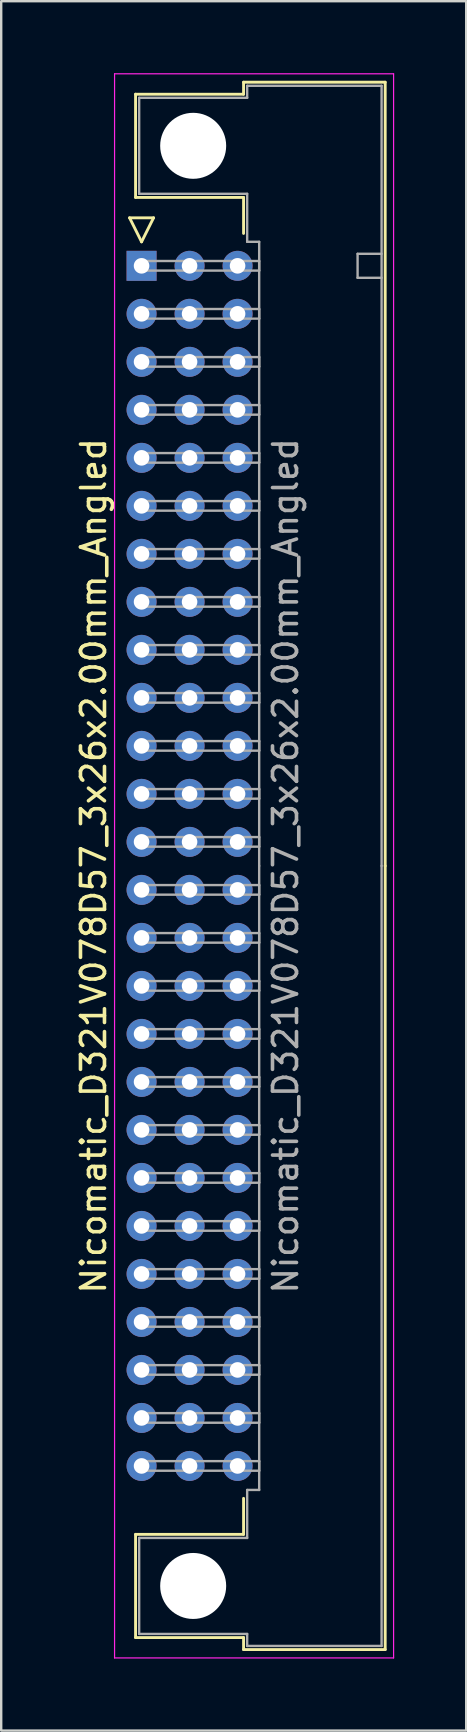
<source format=kicad_pcb>
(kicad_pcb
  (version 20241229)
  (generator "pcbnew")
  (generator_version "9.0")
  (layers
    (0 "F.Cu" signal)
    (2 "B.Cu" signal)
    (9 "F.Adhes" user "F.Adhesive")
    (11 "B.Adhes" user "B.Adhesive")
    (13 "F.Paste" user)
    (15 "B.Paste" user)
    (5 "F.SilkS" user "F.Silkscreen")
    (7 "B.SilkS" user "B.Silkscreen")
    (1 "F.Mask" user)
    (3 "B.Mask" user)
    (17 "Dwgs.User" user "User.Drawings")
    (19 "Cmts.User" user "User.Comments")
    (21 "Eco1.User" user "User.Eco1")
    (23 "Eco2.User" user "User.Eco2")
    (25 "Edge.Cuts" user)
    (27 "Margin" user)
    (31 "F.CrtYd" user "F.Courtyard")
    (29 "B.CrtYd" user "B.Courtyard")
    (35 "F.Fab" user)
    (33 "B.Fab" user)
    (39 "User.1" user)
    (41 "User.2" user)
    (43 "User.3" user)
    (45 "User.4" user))
  (footprint "Nicomatic_D321V078D57_3x26x2.00mm_Angled"
    (layer "F.Cu")
    (at 2.848 8.025)
    (property "Reference" "Nicomatic_D321V078D57_3x26x2.00mm_Angled" (at -2 25 90) (layer "F.SilkS") (effects (font (size 1 1) (thickness 0.15))))
    (attr through_hole)
    (fp_line (start -0.5 -2) (end 0 -1) (stroke (width 0.12) (type solid)) (layer "F.SilkS"))
    (fp_line (start -0.25 -7.15) (end -0.25 -2.85) (stroke (width 0.12) (type solid)) (layer "F.SilkS"))
    (fp_line (start -0.25 -2.85) (end 4.25 -2.85) (stroke (width 0.12) (type solid)) (layer "F.SilkS"))
    (fp_line (start -0.25 52.85) (end 4.25 52.85) (stroke (width 0.12) (type solid)) (layer "F.SilkS"))
    (fp_line (start -0.25 57.15) (end -0.25 52.85) (stroke (width 0.12) (type solid)) (layer "F.SilkS"))
    (fp_line (start 0 -1) (end 0.5 -2) (stroke (width 0.12) (type solid)) (layer "F.SilkS"))
    (fp_line (start 0.5 -2) (end -0.5 -2) (stroke (width 0.12) (type solid)) (layer "F.SilkS"))
    (fp_line (start 4.25 -7.65) (end 4.25 -7.15) (stroke (width 0.12) (type solid)) (layer "F.SilkS"))
    (fp_line (start 4.25 -7.15) (end -0.25 -7.15) (stroke (width 0.12) (type solid)) (layer "F.SilkS"))
    (fp_line (start 4.25 -2.85) (end 4.25 -1.35) (stroke (width 0.12) (type solid)) (layer "F.SilkS"))
    (fp_line (start 4.25 52.85) (end 4.25 51.35) (stroke (width 0.12) (type solid)) (layer "F.SilkS"))
    (fp_line (start 4.25 57.15) (end -0.25 57.15) (stroke (width 0.12) (type solid)) (layer "F.SilkS"))
    (fp_line (start 4.25 57.65) (end 4.25 57.15) (stroke (width 0.12) (type solid)) (layer "F.SilkS"))
    (fp_line (start 10.15 -7.65) (end 4.25 -7.65) (stroke (width 0.12) (type solid)) (layer "F.SilkS"))
    (fp_line (start 10.15 25) (end 10.15 -7.65) (stroke (width 0.12) (type solid)) (layer "F.SilkS"))
    (fp_line (start 10.15 25) (end 10.15 57.65) (stroke (width 0.12) (type solid)) (layer "F.SilkS"))
    (fp_line (start 10.15 57.65) (end 4.25 57.65) (stroke (width 0.12) (type solid)) (layer "F.SilkS"))
    (fp_line (start -1.125 -8) (end -1.125 58) (stroke (width 0.05) (type solid)) (layer "F.CrtYd"))
    (fp_line (start -1.125 58) (end 10.5 58) (stroke (width 0.05) (type solid)) (layer "F.CrtYd"))
    (fp_line (start 10.5 -8) (end -1.125 -8) (stroke (width 0.05) (type solid)) (layer "F.CrtYd"))
    (fp_line (start 10.5 58) (end 10.5 -8) (stroke (width 0.05) (type solid)) (layer "F.CrtYd"))
    (fp_line (start -0.1 -7) (end -0.1 -3) (stroke (width 0.1) (type solid)) (layer "F.Fab"))
    (fp_line (start -0.1 -3) (end 4.4 -3) (stroke (width 0.1) (type solid)) (layer "F.Fab"))
    (fp_line (start -0.1 53) (end 4.4 53) (stroke (width 0.1) (type solid)) (layer "F.Fab"))
    (fp_line (start -0.1 57) (end -0.1 53) (stroke (width 0.1) (type solid)) (layer "F.Fab"))
    (fp_line (start 0 -0.2) (end 0 0.2) (stroke (width 0.1) (type solid)) (layer "F.Fab"))
    (fp_line (start 0 0.2) (end 4.9 0.2) (stroke (width 0.1) (type solid)) (layer "F.Fab"))
    (fp_line (start 0 1.8) (end 0 2.2) (stroke (width 0.1) (type solid)) (layer "F.Fab"))
    (fp_line (start 0 2.2) (end 4.9 2.2) (stroke (width 0.1) (type solid)) (layer "F.Fab"))
    (fp_line (start 0 3.8) (end 0 4.2) (stroke (width 0.1) (type solid)) (layer "F.Fab"))
    (fp_line (start 0 4.2) (end 4.9 4.2) (stroke (width 0.1) (type solid)) (layer "F.Fab"))
    (fp_line (start 0 5.8) (end 0 6.2) (stroke (width 0.1) (type solid)) (layer "F.Fab"))
    (fp_line (start 0 6.2) (end 4.9 6.2) (stroke (width 0.1) (type solid)) (layer "F.Fab"))
    (fp_line (start 0 7.8) (end 0 8.2) (stroke (width 0.1) (type solid)) (layer "F.Fab"))
    (fp_line (start 0 8.2) (end 4.9 8.2) (stroke (width 0.1) (type solid)) (layer "F.Fab"))
    (fp_line (start 0 9.8) (end 0 10.2) (stroke (width 0.1) (type solid)) (layer "F.Fab"))
    (fp_line (start 0 10.2) (end 4.9 10.2) (stroke (width 0.1) (type solid)) (layer "F.Fab"))
    (fp_line (start 0 11.8) (end 0 12.2) (stroke (width 0.1) (type solid)) (layer "F.Fab"))
    (fp_line (start 0 12.2) (end 4.9 12.2) (stroke (width 0.1) (type solid)) (layer "F.Fab"))
    (fp_line (start 0 13.8) (end 0 14.2) (stroke (width 0.1) (type solid)) (layer "F.Fab"))
    (fp_line (start 0 14.2) (end 4.9 14.2) (stroke (width 0.1) (type solid)) (layer "F.Fab"))
    (fp_line (start 0 15.8) (end 0 16.2) (stroke (width 0.1) (type solid)) (layer "F.Fab"))
    (fp_line (start 0 16.2) (end 4.9 16.2) (stroke (width 0.1) (type solid)) (layer "F.Fab"))
    (fp_line (start 0 17.8) (end 0 18.2) (stroke (width 0.1) (type solid)) (layer "F.Fab"))
    (fp_line (start 0 18.2) (end 4.9 18.2) (stroke (width 0.1) (type solid)) (layer "F.Fab"))
    (fp_line (start 0 19.8) (end 0 20.2) (stroke (width 0.1) (type solid)) (layer "F.Fab"))
    (fp_line (start 0 20.2) (end 4.9 20.2) (stroke (width 0.1) (type solid)) (layer "F.Fab"))
    (fp_line (start 0 21.8) (end 0 22.2) (stroke (width 0.1) (type solid)) (layer "F.Fab"))
    (fp_line (start 0 22.2) (end 4.9 22.2) (stroke (width 0.1) (type solid)) (layer "F.Fab"))
    (fp_line (start 0 23.8) (end 0 24.2) (stroke (width 0.1) (type solid)) (layer "F.Fab"))
    (fp_line (start 0 24.2) (end 4.9 24.2) (stroke (width 0.1) (type solid)) (layer "F.Fab"))
    (fp_line (start 0 25.8) (end 0 26.2) (stroke (width 0.1) (type solid)) (layer "F.Fab"))
    (fp_line (start 0 26.2) (end 4.9 26.2) (stroke (width 0.1) (type solid)) (layer "F.Fab"))
    (fp_line (start 0 27.8) (end 0 28.2) (stroke (width 0.1) (type solid)) (layer "F.Fab"))
    (fp_line (start 0 28.2) (end 4.9 28.2) (stroke (width 0.1) (type solid)) (layer "F.Fab"))
    (fp_line (start 0 29.8) (end 0 30.2) (stroke (width 0.1) (type solid)) (layer "F.Fab"))
    (fp_line (start 0 30.2) (end 4.9 30.2) (stroke (width 0.1) (type solid)) (layer "F.Fab"))
    (fp_line (start 0 31.8) (end 0 32.2) (stroke (width 0.1) (type solid)) (layer "F.Fab"))
    (fp_line (start 0 32.2) (end 4.9 32.2) (stroke (width 0.1) (type solid)) (layer "F.Fab"))
    (fp_line (start 0 33.8) (end 0 34.2) (stroke (width 0.1) (type solid)) (layer "F.Fab"))
    (fp_line (start 0 34.2) (end 4.9 34.2) (stroke (width 0.1) (type solid)) (layer "F.Fab"))
    (fp_line (start 0 35.8) (end 0 36.2) (stroke (width 0.1) (type solid)) (layer "F.Fab"))
    (fp_line (start 0 36.2) (end 4.9 36.2) (stroke (width 0.1) (type solid)) (layer "F.Fab"))
    (fp_line (start 0 37.8) (end 0 38.2) (stroke (width 0.1) (type solid)) (layer "F.Fab"))
    (fp_line (start 0 38.2) (end 4.9 38.2) (stroke (width 0.1) (type solid)) (layer "F.Fab"))
    (fp_line (start 0 39.8) (end 0 40.2) (stroke (width 0.1) (type solid)) (layer "F.Fab"))
    (fp_line (start 0 40.2) (end 4.9 40.2) (stroke (width 0.1) (type solid)) (layer "F.Fab"))
    (fp_line (start 0 41.8) (end 0 42.2) (stroke (width 0.1) (type solid)) (layer "F.Fab"))
    (fp_line (start 0 42.2) (end 4.9 42.2) (stroke (width 0.1) (type solid)) (layer "F.Fab"))
    (fp_line (start 0 43.8) (end 0 44.2) (stroke (width 0.1) (type solid)) (layer "F.Fab"))
    (fp_line (start 0 44.2) (end 4.9 44.2) (stroke (width 0.1) (type solid)) (layer "F.Fab"))
    (fp_line (start 0 45.8) (end 0 46.2) (stroke (width 0.1) (type solid)) (layer "F.Fab"))
    (fp_line (start 0 46.2) (end 4.9 46.2) (stroke (width 0.1) (type solid)) (layer "F.Fab"))
    (fp_line (start 0 47.8) (end 0 48.2) (stroke (width 0.1) (type solid)) (layer "F.Fab"))
    (fp_line (start 0 48.2) (end 4.9 48.2) (stroke (width 0.1) (type solid)) (layer "F.Fab"))
    (fp_line (start 0 49.8) (end 0 50.2) (stroke (width 0.1) (type solid)) (layer "F.Fab"))
    (fp_line (start 0 50.2) (end 4.9 50.2) (stroke (width 0.1) (type solid)) (layer "F.Fab"))
    (fp_line (start 4.4 -7.5) (end 4.4 -7) (stroke (width 0.1) (type solid)) (layer "F.Fab"))
    (fp_line (start 4.4 -7) (end -0.1 -7) (stroke (width 0.1) (type solid)) (layer "F.Fab"))
    (fp_line (start 4.4 -3) (end 4.4 -1) (stroke (width 0.1) (type solid)) (layer "F.Fab"))
    (fp_line (start 4.4 -1) (end 4.9 -1) (stroke (width 0.1) (type solid)) (layer "F.Fab"))
    (fp_line (start 4.4 51) (end 4.9 51) (stroke (width 0.1) (type solid)) (layer "F.Fab"))
    (fp_line (start 4.4 53) (end 4.4 51) (stroke (width 0.1) (type solid)) (layer "F.Fab"))
    (fp_line (start 4.4 57) (end -0.1 57) (stroke (width 0.1) (type solid)) (layer "F.Fab"))
    (fp_line (start 4.4 57.5) (end 4.4 57) (stroke (width 0.1) (type solid)) (layer "F.Fab"))
    (fp_line (start 4.9 -1) (end 4.9 25) (stroke (width 0.1) (type solid)) (layer "F.Fab"))
    (fp_line (start 4.9 -0.2) (end 0 -0.2) (stroke (width 0.1) (type solid)) (layer "F.Fab"))
    (fp_line (start 4.9 0.2) (end 4.9 -0.2) (stroke (width 0.1) (type solid)) (layer "F.Fab"))
    (fp_line (start 4.9 1.8) (end 0 1.8) (stroke (width 0.1) (type solid)) (layer "F.Fab"))
    (fp_line (start 4.9 2.2) (end 4.9 1.8) (stroke (width 0.1) (type solid)) (layer "F.Fab"))
    (fp_line (start 4.9 3.8) (end 0 3.8) (stroke (width 0.1) (type solid)) (layer "F.Fab"))
    (fp_line (start 4.9 4.2) (end 4.9 3.8) (stroke (width 0.1) (type solid)) (layer "F.Fab"))
    (fp_line (start 4.9 5.8) (end 0 5.8) (stroke (width 0.1) (type solid)) (layer "F.Fab"))
    (fp_line (start 4.9 6.2) (end 4.9 5.8) (stroke (width 0.1) (type solid)) (layer "F.Fab"))
    (fp_line (start 4.9 7.8) (end 0 7.8) (stroke (width 0.1) (type solid)) (layer "F.Fab"))
    (fp_line (start 4.9 8.2) (end 4.9 7.8) (stroke (width 0.1) (type solid)) (layer "F.Fab"))
    (fp_line (start 4.9 9.8) (end 0 9.8) (stroke (width 0.1) (type solid)) (layer "F.Fab"))
    (fp_line (start 4.9 10.2) (end 4.9 9.8) (stroke (width 0.1) (type solid)) (layer "F.Fab"))
    (fp_line (start 4.9 11.8) (end 0 11.8) (stroke (width 0.1) (type solid)) (layer "F.Fab"))
    (fp_line (start 4.9 12.2) (end 4.9 11.8) (stroke (width 0.1) (type solid)) (layer "F.Fab"))
    (fp_line (start 4.9 13.8) (end 0 13.8) (stroke (width 0.1) (type solid)) (layer "F.Fab"))
    (fp_line (start 4.9 14.2) (end 4.9 13.8) (stroke (width 0.1) (type solid)) (layer "F.Fab"))
    (fp_line (start 4.9 15.8) (end 0 15.8) (stroke (width 0.1) (type solid)) (layer "F.Fab"))
    (fp_line (start 4.9 16.2) (end 4.9 15.8) (stroke (width 0.1) (type solid)) (layer "F.Fab"))
    (fp_line (start 4.9 17.8) (end 0 17.8) (stroke (width 0.1) (type solid)) (layer "F.Fab"))
    (fp_line (start 4.9 18.2) (end 4.9 17.8) (stroke (width 0.1) (type solid)) (layer "F.Fab"))
    (fp_line (start 4.9 19.8) (end 0 19.8) (stroke (width 0.1) (type solid)) (layer "F.Fab"))
    (fp_line (start 4.9 20.2) (end 4.9 19.8) (stroke (width 0.1) (type solid)) (layer "F.Fab"))
    (fp_line (start 4.9 21.8) (end 0 21.8) (stroke (width 0.1) (type solid)) (layer "F.Fab"))
    (fp_line (start 4.9 22.2) (end 4.9 21.8) (stroke (width 0.1) (type solid)) (layer "F.Fab"))
    (fp_line (start 4.9 23.8) (end 0 23.8) (stroke (width 0.1) (type solid)) (layer "F.Fab"))
    (fp_line (start 4.9 24.2) (end 4.9 23.8) (stroke (width 0.1) (type solid)) (layer "F.Fab"))
    (fp_line (start 4.9 25.8) (end 0 25.8) (stroke (width 0.1) (type solid)) (layer "F.Fab"))
    (fp_line (start 4.9 26.2) (end 4.9 25.8) (stroke (width 0.1) (type solid)) (layer "F.Fab"))
    (fp_line (start 4.9 27.8) (end 0 27.8) (stroke (width 0.1) (type solid)) (layer "F.Fab"))
    (fp_line (start 4.9 28.2) (end 4.9 27.8) (stroke (width 0.1) (type solid)) (layer "F.Fab"))
    (fp_line (start 4.9 29.8) (end 0 29.8) (stroke (width 0.1) (type solid)) (layer "F.Fab"))
    (fp_line (start 4.9 30.2) (end 4.9 29.8) (stroke (width 0.1) (type solid)) (layer "F.Fab"))
    (fp_line (start 4.9 31.8) (end 0 31.8) (stroke (width 0.1) (type solid)) (layer "F.Fab"))
    (fp_line (start 4.9 32.2) (end 4.9 31.8) (stroke (width 0.1) (type solid)) (layer "F.Fab"))
    (fp_line (start 4.9 33.8) (end 0 33.8) (stroke (width 0.1) (type solid)) (layer "F.Fab"))
    (fp_line (start 4.9 34.2) (end 4.9 33.8) (stroke (width 0.1) (type solid)) (layer "F.Fab"))
    (fp_line (start 4.9 35.8) (end 0 35.8) (stroke (width 0.1) (type solid)) (layer "F.Fab"))
    (fp_line (start 4.9 36.2) (end 4.9 35.8) (stroke (width 0.1) (type solid)) (layer "F.Fab"))
    (fp_line (start 4.9 37.8) (end 0 37.8) (stroke (width 0.1) (type solid)) (layer "F.Fab"))
    (fp_line (start 4.9 38.2) (end 4.9 37.8) (stroke (width 0.1) (type solid)) (layer "F.Fab"))
    (fp_line (start 4.9 39.8) (end 0 39.8) (stroke (width 0.1) (type solid)) (layer "F.Fab"))
    (fp_line (start 4.9 40.2) (end 4.9 39.8) (stroke (width 0.1) (type solid)) (layer "F.Fab"))
    (fp_line (start 4.9 41.8) (end 0 41.8) (stroke (width 0.1) (type solid)) (layer "F.Fab"))
    (fp_line (start 4.9 42.2) (end 4.9 41.8) (stroke (width 0.1) (type solid)) (layer "F.Fab"))
    (fp_line (start 4.9 43.8) (end 0 43.8) (stroke (width 0.1) (type solid)) (layer "F.Fab"))
    (fp_line (start 4.9 44.2) (end 4.9 43.8) (stroke (width 0.1) (type solid)) (layer "F.Fab"))
    (fp_line (start 4.9 45.8) (end 0 45.8) (stroke (width 0.1) (type solid)) (layer "F.Fab"))
    (fp_line (start 4.9 46.2) (end 4.9 45.8) (stroke (width 0.1) (type solid)) (layer "F.Fab"))
    (fp_line (start 4.9 47.8) (end 0 47.8) (stroke (width 0.1) (type solid)) (layer "F.Fab"))
    (fp_line (start 4.9 48.2) (end 4.9 47.8) (stroke (width 0.1) (type solid)) (layer "F.Fab"))
    (fp_line (start 4.9 49.8) (end 0 49.8) (stroke (width 0.1) (type solid)) (layer "F.Fab"))
    (fp_line (start 4.9 50.2) (end 4.9 49.8) (stroke (width 0.1) (type solid)) (layer "F.Fab"))
    (fp_line (start 4.9 51) (end 4.9 25) (stroke (width 0.1) (type solid)) (layer "F.Fab"))
    (fp_line (start 9 -0.5) (end 9 0.5) (stroke (width 0.1) (type solid)) (layer "F.Fab"))
    (fp_line (start 9 0.5) (end 10 0.5) (stroke (width 0.1) (type solid)) (layer "F.Fab"))
    (fp_line (start 10 -7.5) (end 4.4 -7.5) (stroke (width 0.1) (type solid)) (layer "F.Fab"))
    (fp_line (start 10 -0.5) (end 9 -0.5) (stroke (width 0.1) (type solid)) (layer "F.Fab"))
    (fp_line (start 10 25) (end 10 -7.5) (stroke (width 0.1) (type solid)) (layer "F.Fab"))
    (fp_line (start 10 25) (end 10 57.5) (stroke (width 0.1) (type solid)) (layer "F.Fab"))
    (fp_line (start 10 57.5) (end 4.4 57.5) (stroke (width 0.1) (type solid)) (layer "F.Fab"))
    (fp_text user "${REFERENCE}" (at 6 25 90) (layer "F.Fab") (effects (font (size 1 1) (thickness 0.15))))
    (pad "" np_thru_hole circle (at 2.15 -5) (size 2.75 2.75) (drill 2.75) (layers "*.Cu" "*.Mask"))
    (pad "" np_thru_hole circle (at 2.15 55) (size 2.75 2.75) (drill 2.75) (layers "*.Cu" "*.Mask"))
    (pad "1" thru_hole rect (at 0 0) (size 1.25 1.25) (drill 0.65) (layers "*.Cu" "*.Mask"))
    (pad "2" thru_hole oval (at 0 2) (size 1.25 1.25) (drill 0.65) (layers "*.Cu" "*.Mask"))
    (pad "3" thru_hole oval (at 0 4) (size 1.25 1.25) (drill 0.65) (layers "*.Cu" "*.Mask"))
    (pad "4" thru_hole oval (at 0 6) (size 1.25 1.25) (drill 0.65) (layers "*.Cu" "*.Mask"))
    (pad "5" thru_hole oval (at 0 8) (size 1.25 1.25) (drill 0.65) (layers "*.Cu" "*.Mask"))
    (pad "6" thru_hole oval (at 0 10) (size 1.25 1.25) (drill 0.65) (layers "*.Cu" "*.Mask"))
    (pad "7" thru_hole oval (at 0 12) (size 1.25 1.25) (drill 0.65) (layers "*.Cu" "*.Mask"))
    (pad "8" thru_hole oval (at 0 14) (size 1.25 1.25) (drill 0.65) (layers "*.Cu" "*.Mask"))
    (pad "9" thru_hole oval (at 0 16) (size 1.25 1.25) (drill 0.65) (layers "*.Cu" "*.Mask"))
    (pad "10" thru_hole oval (at 0 18) (size 1.25 1.25) (drill 0.65) (layers "*.Cu" "*.Mask"))
    (pad "11" thru_hole oval (at 0 20) (size 1.25 1.25) (drill 0.65) (layers "*.Cu" "*.Mask"))
    (pad "12" thru_hole oval (at 0 22) (size 1.25 1.25) (drill 0.65) (layers "*.Cu" "*.Mask"))
    (pad "13" thru_hole oval (at 0 24) (size 1.25 1.25) (drill 0.65) (layers "*.Cu" "*.Mask"))
    (pad "14" thru_hole oval (at 0 26) (size 1.25 1.25) (drill 0.65) (layers "*.Cu" "*.Mask"))
    (pad "15" thru_hole oval (at 0 28) (size 1.25 1.25) (drill 0.65) (layers "*.Cu" "*.Mask"))
    (pad "16" thru_hole oval (at 0 30) (size 1.25 1.25) (drill 0.65) (layers "*.Cu" "*.Mask"))
    (pad "17" thru_hole oval (at 0 32) (size 1.25 1.25) (drill 0.65) (layers "*.Cu" "*.Mask"))
    (pad "18" thru_hole oval (at 0 34) (size 1.25 1.25) (drill 0.65) (layers "*.Cu" "*.Mask"))
    (pad "19" thru_hole oval (at 0 36) (size 1.25 1.25) (drill 0.65) (layers "*.Cu" "*.Mask"))
    (pad "20" thru_hole oval (at 0 38) (size 1.25 1.25) (drill 0.65) (layers "*.Cu" "*.Mask"))
    (pad "21" thru_hole oval (at 0 40) (size 1.25 1.25) (drill 0.65) (layers "*.Cu" "*.Mask"))
    (pad "22" thru_hole oval (at 0 42) (size 1.25 1.25) (drill 0.65) (layers "*.Cu" "*.Mask"))
    (pad "23" thru_hole oval (at 0 44) (size 1.25 1.25) (drill 0.65) (layers "*.Cu" "*.Mask"))
    (pad "24" thru_hole oval (at 0 46) (size 1.25 1.25) (drill 0.65) (layers "*.Cu" "*.Mask"))
    (pad "25" thru_hole oval (at 0 48) (size 1.25 1.25) (drill 0.65) (layers "*.Cu" "*.Mask"))
    (pad "26" thru_hole oval (at 0 50) (size 1.25 1.25) (drill 0.65) (layers "*.Cu" "*.Mask"))
    (pad "27" thru_hole oval (at 2 0) (size 1.25 1.25) (drill 0.65) (layers "*.Cu" "*.Mask"))
    (pad "28" thru_hole oval (at 2 2) (size 1.25 1.25) (drill 0.65) (layers "*.Cu" "*.Mask"))
    (pad "29" thru_hole oval (at 2 4) (size 1.25 1.25) (drill 0.65) (layers "*.Cu" "*.Mask"))
    (pad "30" thru_hole oval (at 2 6) (size 1.25 1.25) (drill 0.65) (layers "*.Cu" "*.Mask"))
    (pad "31" thru_hole oval (at 2 8) (size 1.25 1.25) (drill 0.65) (layers "*.Cu" "*.Mask"))
    (pad "32" thru_hole oval (at 2 10) (size 1.25 1.25) (drill 0.65) (layers "*.Cu" "*.Mask"))
    (pad "33" thru_hole oval (at 2 12) (size 1.25 1.25) (drill 0.65) (layers "*.Cu" "*.Mask"))
    (pad "34" thru_hole oval (at 2 14) (size 1.25 1.25) (drill 0.65) (layers "*.Cu" "*.Mask"))
    (pad "35" thru_hole oval (at 2 16) (size 1.25 1.25) (drill 0.65) (layers "*.Cu" "*.Mask"))
    (pad "36" thru_hole oval (at 2 18) (size 1.25 1.25) (drill 0.65) (layers "*.Cu" "*.Mask"))
    (pad "37" thru_hole oval (at 2 20) (size 1.25 1.25) (drill 0.65) (layers "*.Cu" "*.Mask"))
    (pad "38" thru_hole oval (at 2 22) (size 1.25 1.25) (drill 0.65) (layers "*.Cu" "*.Mask"))
    (pad "39" thru_hole oval (at 2 24) (size 1.25 1.25) (drill 0.65) (layers "*.Cu" "*.Mask"))
    (pad "40" thru_hole oval (at 2 26) (size 1.25 1.25) (drill 0.65) (layers "*.Cu" "*.Mask"))
    (pad "41" thru_hole oval (at 2 28) (size 1.25 1.25) (drill 0.65) (layers "*.Cu" "*.Mask"))
    (pad "42" thru_hole oval (at 2 30) (size 1.25 1.25) (drill 0.65) (layers "*.Cu" "*.Mask"))
    (pad "43" thru_hole oval (at 2 32) (size 1.25 1.25) (drill 0.65) (layers "*.Cu" "*.Mask"))
    (pad "44" thru_hole oval (at 2 34) (size 1.25 1.25) (drill 0.65) (layers "*.Cu" "*.Mask"))
    (pad "45" thru_hole oval (at 2 36) (size 1.25 1.25) (drill 0.65) (layers "*.Cu" "*.Mask"))
    (pad "46" thru_hole oval (at 2 38) (size 1.25 1.25) (drill 0.65) (layers "*.Cu" "*.Mask"))
    (pad "47" thru_hole oval (at 2 40) (size 1.25 1.25) (drill 0.65) (layers "*.Cu" "*.Mask"))
    (pad "48" thru_hole oval (at 2 42) (size 1.25 1.25) (drill 0.65) (layers "*.Cu" "*.Mask"))
    (pad "49" thru_hole oval (at 2 44) (size 1.25 1.25) (drill 0.65) (layers "*.Cu" "*.Mask"))
    (pad "50" thru_hole oval (at 2 46) (size 1.25 1.25) (drill 0.65) (layers "*.Cu" "*.Mask"))
    (pad "51" thru_hole oval (at 2 48) (size 1.25 1.25) (drill 0.65) (layers "*.Cu" "*.Mask"))
    (pad "52" thru_hole oval (at 2 50) (size 1.25 1.25) (drill 0.65) (layers "*.Cu" "*.Mask"))
    (pad "53" thru_hole oval (at 4 0) (size 1.25 1.25) (drill 0.65) (layers "*.Cu" "*.Mask"))
    (pad "54" thru_hole oval (at 4 2) (size 1.25 1.25) (drill 0.65) (layers "*.Cu" "*.Mask"))
    (pad "55" thru_hole oval (at 4 4) (size 1.25 1.25) (drill 0.65) (layers "*.Cu" "*.Mask"))
    (pad "56" thru_hole oval (at 4 6) (size 1.25 1.25) (drill 0.65) (layers "*.Cu" "*.Mask"))
    (pad "57" thru_hole oval (at 4 8) (size 1.25 1.25) (drill 0.65) (layers "*.Cu" "*.Mask"))
    (pad "58" thru_hole oval (at 4 10) (size 1.25 1.25) (drill 0.65) (layers "*.Cu" "*.Mask"))
    (pad "59" thru_hole oval (at 4 12) (size 1.25 1.25) (drill 0.65) (layers "*.Cu" "*.Mask"))
    (pad "60" thru_hole oval (at 4 14) (size 1.25 1.25) (drill 0.65) (layers "*.Cu" "*.Mask"))
    (pad "61" thru_hole oval (at 4 16) (size 1.25 1.25) (drill 0.65) (layers "*.Cu" "*.Mask"))
    (pad "62" thru_hole oval (at 4 18) (size 1.25 1.25) (drill 0.65) (layers "*.Cu" "*.Mask"))
    (pad "63" thru_hole oval (at 4 20) (size 1.25 1.25) (drill 0.65) (layers "*.Cu" "*.Mask"))
    (pad "64" thru_hole oval (at 4 22) (size 1.25 1.25) (drill 0.65) (layers "*.Cu" "*.Mask"))
    (pad "65" thru_hole oval (at 4 24) (size 1.25 1.25) (drill 0.65) (layers "*.Cu" "*.Mask"))
    (pad "66" thru_hole oval (at 4 26) (size 1.25 1.25) (drill 0.65) (layers "*.Cu" "*.Mask"))
    (pad "67" thru_hole oval (at 4 28) (size 1.25 1.25) (drill 0.65) (layers "*.Cu" "*.Mask"))
    (pad "68" thru_hole oval (at 4 30) (size 1.25 1.25) (drill 0.65) (layers "*.Cu" "*.Mask"))
    (pad "69" thru_hole oval (at 4 32) (size 1.25 1.25) (drill 0.65) (layers "*.Cu" "*.Mask"))
    (pad "70" thru_hole oval (at 4 34) (size 1.25 1.25) (drill 0.65) (layers "*.Cu" "*.Mask"))
    (pad "71" thru_hole oval (at 4 36) (size 1.25 1.25) (drill 0.65) (layers "*.Cu" "*.Mask"))
    (pad "72" thru_hole oval (at 4 38) (size 1.25 1.25) (drill 0.65) (layers "*.Cu" "*.Mask"))
    (pad "73" thru_hole oval (at 4 40) (size 1.25 1.25) (drill 0.65) (layers "*.Cu" "*.Mask"))
    (pad "74" thru_hole oval (at 4 42) (size 1.25 1.25) (drill 0.65) (layers "*.Cu" "*.Mask"))
    (pad "75" thru_hole oval (at 4 44) (size 1.25 1.25) (drill 0.65) (layers "*.Cu" "*.Mask"))
    (pad "76" thru_hole oval (at 4 46) (size 1.25 1.25) (drill 0.65) (layers "*.Cu" "*.Mask"))
    (pad "77" thru_hole oval (at 4 48) (size 1.25 1.25) (drill 0.65) (layers "*.Cu" "*.Mask"))
    (pad "78" thru_hole oval (at 4 50) (size 1.25 1.25) (drill 0.65) (layers "*.Cu" "*.Mask")))
  (gr_rect
    (start -3 -3)
    (end 16.373 69.05)
    (stroke (width 0.1) (type default))
    (fill no)
    (layer "Edge.Cuts")))
</source>
